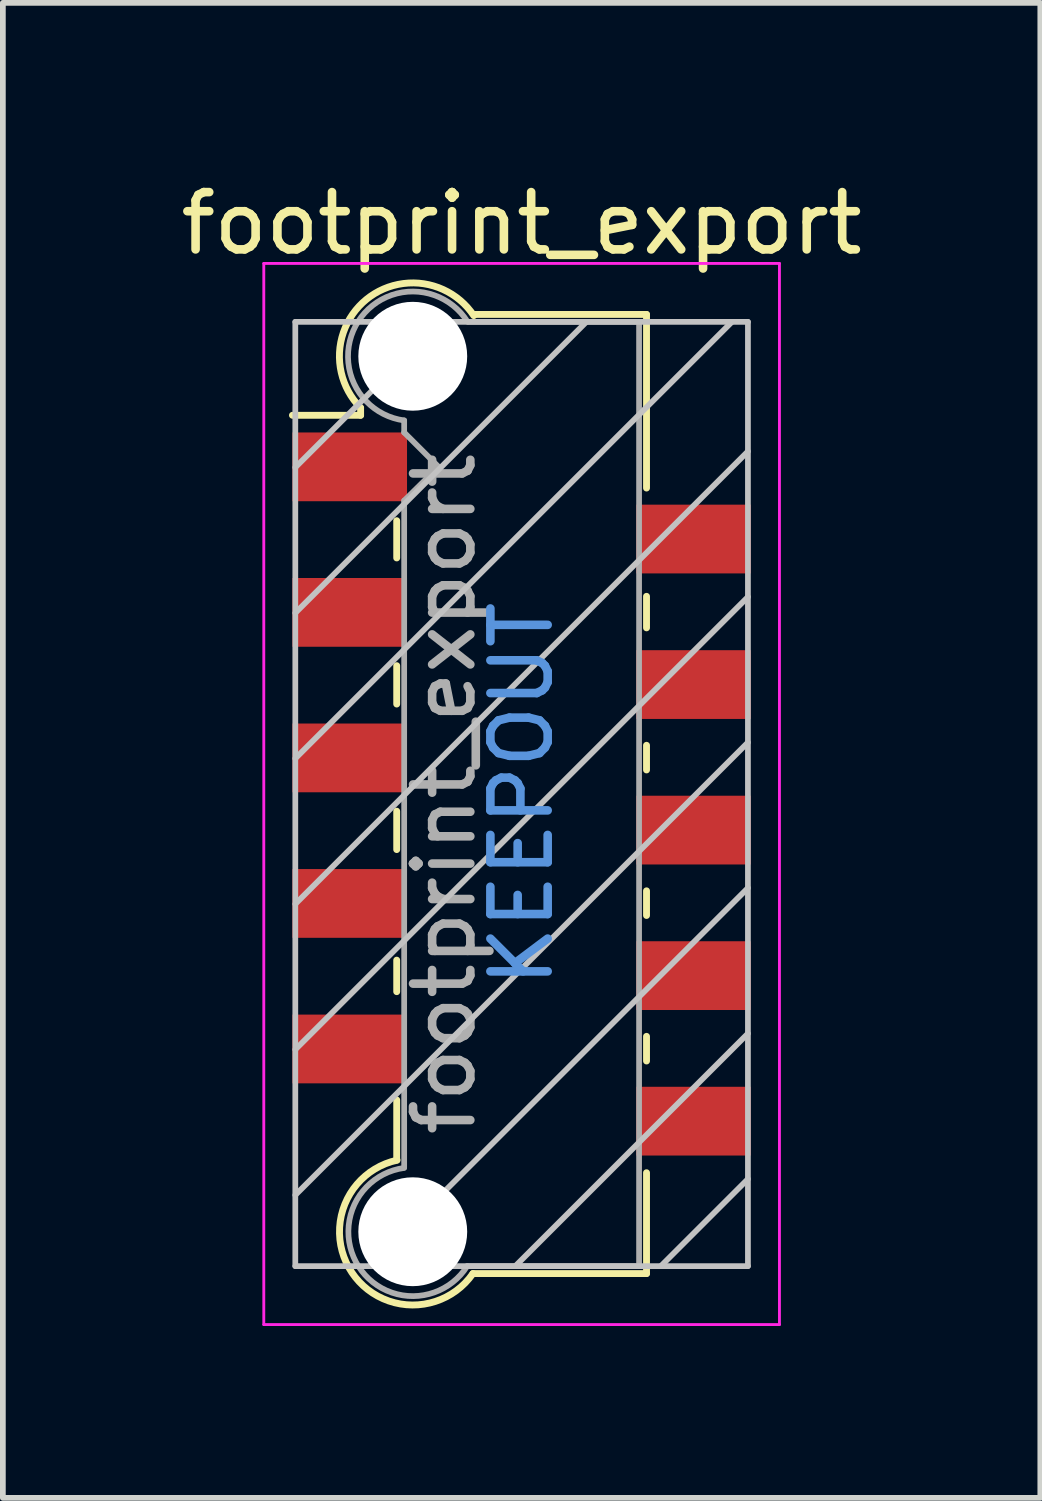
<source format=kicad_pcb>
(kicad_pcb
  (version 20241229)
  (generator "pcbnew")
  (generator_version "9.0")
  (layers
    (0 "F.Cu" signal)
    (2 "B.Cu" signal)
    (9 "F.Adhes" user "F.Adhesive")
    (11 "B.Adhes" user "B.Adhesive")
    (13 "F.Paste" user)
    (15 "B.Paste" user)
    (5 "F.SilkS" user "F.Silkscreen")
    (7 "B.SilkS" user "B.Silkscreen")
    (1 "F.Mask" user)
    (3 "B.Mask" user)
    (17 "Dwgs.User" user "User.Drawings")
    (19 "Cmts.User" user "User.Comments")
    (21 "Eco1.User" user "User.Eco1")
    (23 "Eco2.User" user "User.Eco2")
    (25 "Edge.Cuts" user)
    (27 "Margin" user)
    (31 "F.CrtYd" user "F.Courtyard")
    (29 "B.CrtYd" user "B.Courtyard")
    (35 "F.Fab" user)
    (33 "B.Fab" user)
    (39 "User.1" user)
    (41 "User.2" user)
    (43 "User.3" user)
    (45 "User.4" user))
  (footprint "footprint_export"
    (layer "F.Cu")
    (at 6.054 10.808)
    (property "Reference" "footprint_export" (at 0 -9.96 0) (layer "F.SilkS") (effects (font (size 1 1) (thickness 0.15))))
    (attr smd)
    (fp_line (start -2.81 -6.74) (end -2.81 -6.61) (stroke (width 0.12) (type solid)) (layer "F.SilkS"))
    (fp_line (start -2.81 -6.61) (end -4 -6.61) (stroke (width 0.12) (type solid)) (layer "F.SilkS"))
    (fp_line (start -2.18 -4.12) (end -2.18 -4.77) (stroke (width 0.12) (type solid)) (layer "F.SilkS"))
    (fp_line (start -2.18 -1.57) (end -2.18 -2.24) (stroke (width 0.12) (type solid)) (layer "F.SilkS"))
    (fp_line (start -2.18 0.97) (end -2.18 0.3) (stroke (width 0.12) (type solid)) (layer "F.SilkS"))
    (fp_line (start -2.18 3.45) (end -2.18 2.9) (stroke (width 0.12) (type solid)) (layer "F.SilkS"))
    (fp_line (start -2.18 6.39) (end -2.18 5.34) (stroke (width 0.12) (type solid)) (layer "F.SilkS"))
    (fp_line (start 2.18 -8.37) (end -0.82 -8.37) (stroke (width 0.12) (type solid)) (layer "F.SilkS"))
    (fp_line (start 2.18 -8.37) (end 2.18 -5.34) (stroke (width 0.12) (type solid)) (layer "F.SilkS"))
    (fp_line (start 2.18 -3.45) (end 2.18 -2.9) (stroke (width 0.12) (type solid)) (layer "F.SilkS"))
    (fp_line (start 2.18 -0.85) (end 2.18 -0.42) (stroke (width 0.12) (type solid)) (layer "F.SilkS"))
    (fp_line (start 2.18 1.69) (end 2.18 2.12) (stroke (width 0.12) (type solid)) (layer "F.SilkS"))
    (fp_line (start 2.18 4.23) (end 2.18 4.66) (stroke (width 0.12) (type solid)) (layer "F.SilkS"))
    (fp_line (start 2.18 6.61) (end 2.18 8.37) (stroke (width 0.12) (type solid)) (layer "F.SilkS"))
    (fp_line (start 2.18 8.37) (end -0.85 8.37) (stroke (width 0.12) (type solid)) (layer "F.SilkS"))
    (fp_arc (start -2.81 -6.74) (mid -2.708637 -8.632072) (end -0.834991 -8.349828) (stroke (width 0.12) (type solid)) (layer "F.SilkS"))
    (fp_arc (start -0.85 8.37) (mid -2.962791 8.351248) (end -2.174424 6.390964) (stroke (width 0.12) (type solid)) (layer "F.SilkS"))
    (fp_line (start -3.95 -8.24) (end -3.95 8.24) (stroke (width 0.1) (type solid)) (layer "Dwgs.User"))
    (fp_line (start -3.95 -5.7) (end -1.41 -8.24) (stroke (width 0.1) (type solid)) (layer "Dwgs.User"))
    (fp_line (start -3.95 -3.16) (end 1.13 -8.24) (stroke (width 0.1) (type solid)) (layer "Dwgs.User"))
    (fp_line (start -3.95 -0.62) (end 3.67 -8.24) (stroke (width 0.1) (type solid)) (layer "Dwgs.User"))
    (fp_line (start -3.95 1.92) (end 3.95 -5.98) (stroke (width 0.1) (type solid)) (layer "Dwgs.User"))
    (fp_line (start -3.95 4.46) (end 3.95 -3.44) (stroke (width 0.1) (type solid)) (layer "Dwgs.User"))
    (fp_line (start -3.95 7) (end 3.95 -0.9) (stroke (width 0.1) (type solid)) (layer "Dwgs.User"))
    (fp_line (start -3.95 8.24) (end 3.95 8.24) (stroke (width 0.1) (type solid)) (layer "Dwgs.User"))
    (fp_line (start -2.65 8.24) (end 3.95 1.64) (stroke (width 0.1) (type solid)) (layer "Dwgs.User"))
    (fp_line (start -0.11 8.24) (end 3.95 4.18) (stroke (width 0.1) (type solid)) (layer "Dwgs.User"))
    (fp_line (start 2.43 8.24) (end 3.95 6.72) (stroke (width 0.1) (type solid)) (layer "Dwgs.User"))
    (fp_line (start 3.95 -8.24) (end -3.95 -8.24) (stroke (width 0.1) (type solid)) (layer "Dwgs.User"))
    (fp_line (start 3.95 8.24) (end 3.95 -8.24) (stroke (width 0.1) (type solid)) (layer "Dwgs.User"))
    (fp_line (start -4.5 -9.26) (end -4.5 9.26) (stroke (width 0.05) (type solid)) (layer "F.CrtYd"))
    (fp_line (start -4.5 9.26) (end 4.5 9.26) (stroke (width 0.05) (type solid)) (layer "F.CrtYd"))
    (fp_line (start 4.5 -9.26) (end -4.5 -9.26) (stroke (width 0.05) (type solid)) (layer "F.CrtYd"))
    (fp_line (start 4.5 9.26) (end 4.5 -9.26) (stroke (width 0.05) (type solid)) (layer "F.CrtYd"))
    (fp_line (start -2.05 -6.31) (end -2.05 -6.52) (stroke (width 0.1) (type solid)) (layer "F.Fab"))
    (fp_line (start -2.05 -5.12) (end -1.45 -5.71) (stroke (width 0.1) (type solid)) (layer "F.Fab"))
    (fp_line (start -2.05 6.52) (end -2.05 -5.12) (stroke (width 0.1) (type solid)) (layer "F.Fab"))
    (fp_line (start -1.45 -5.71) (end -2.05 -6.31) (stroke (width 0.1) (type solid)) (layer "F.Fab"))
    (fp_line (start 2.05 -8.24) (end -0.93 -8.24) (stroke (width 0.1) (type solid)) (layer "F.Fab"))
    (fp_line (start 2.05 -8.24) (end 2.05 8.24) (stroke (width 0.1) (type solid)) (layer "F.Fab"))
    (fp_line (start 2.05 8.24) (end -0.95 8.24) (stroke (width 0.1) (type solid)) (layer "F.Fab"))
    (fp_arc (start -2.05 -6.52) (mid -2.851672 -8.249279) (end -0.945612 -8.245015) (stroke (width 0.1) (type solid)) (layer "F.Fab"))
    (fp_arc (start -0.95 8.24) (mid -2.845272 8.247422) (end -2.051022 6.526585) (stroke (width 0.1) (type solid)) (layer "F.Fab"))
    (fp_text user "KEEPOUT" (at 0 0 90) (layer "Cmts.User") (effects (font (size 1 1) (thickness 0.15))))
    (fp_text user "${REFERENCE}" (at -1.35 0 90) (layer "F.Fab") (effects (font (size 1 1) (thickness 0.15))))
    (pad "" np_thru_hole circle (at -1.9 -7.64) (size 1.9 1.9) (drill 1.9) (layers "*.Cu" "*.Mask"))
    (pad "" np_thru_hole circle (at -1.9 7.64) (size 1.9 1.9) (drill 1.9) (layers "*.Cu" "*.Mask"))
    (pad "1" smd rect (at -3 -5.71) (size 2 1.2) (layers "F.Cu" "F.Mask" "F.Paste"))
    (pad "2" smd rect (at 3 -4.45) (size 2 1.2) (layers "F.Cu" "F.Mask" "F.Paste"))
    (pad "3" smd rect (at -3 -3.17) (size 2 1.2) (layers "F.Cu" "F.Mask" "F.Paste"))
    (pad "4" smd rect (at 3 -1.91) (size 2 1.2) (layers "F.Cu" "F.Mask" "F.Paste"))
    (pad "5" smd rect (at -3 -0.63) (size 2 1.2) (layers "F.Cu" "F.Mask" "F.Paste"))
    (pad "6" smd rect (at 3 0.63) (size 2 1.2) (layers "F.Cu" "F.Mask" "F.Paste"))
    (pad "7" smd rect (at -3 1.91) (size 2 1.2) (layers "F.Cu" "F.Mask" "F.Paste"))
    (pad "8" smd rect (at 3 3.17) (size 2 1.2) (layers "F.Cu" "F.Mask" "F.Paste"))
    (pad "9" smd rect (at -3 4.45) (size 2 1.2) (layers "F.Cu" "F.Mask" "F.Paste"))
    (pad "10" smd rect (at 3 5.71) (size 2 1.2) (layers "F.Cu" "F.Mask" "F.Paste")))
  (gr_rect
    (start -3 -3)
    (end 15.107 23.093)
    (stroke (width 0.1) (type default))
    (fill no)
    (layer "Edge.Cuts")))
</source>
